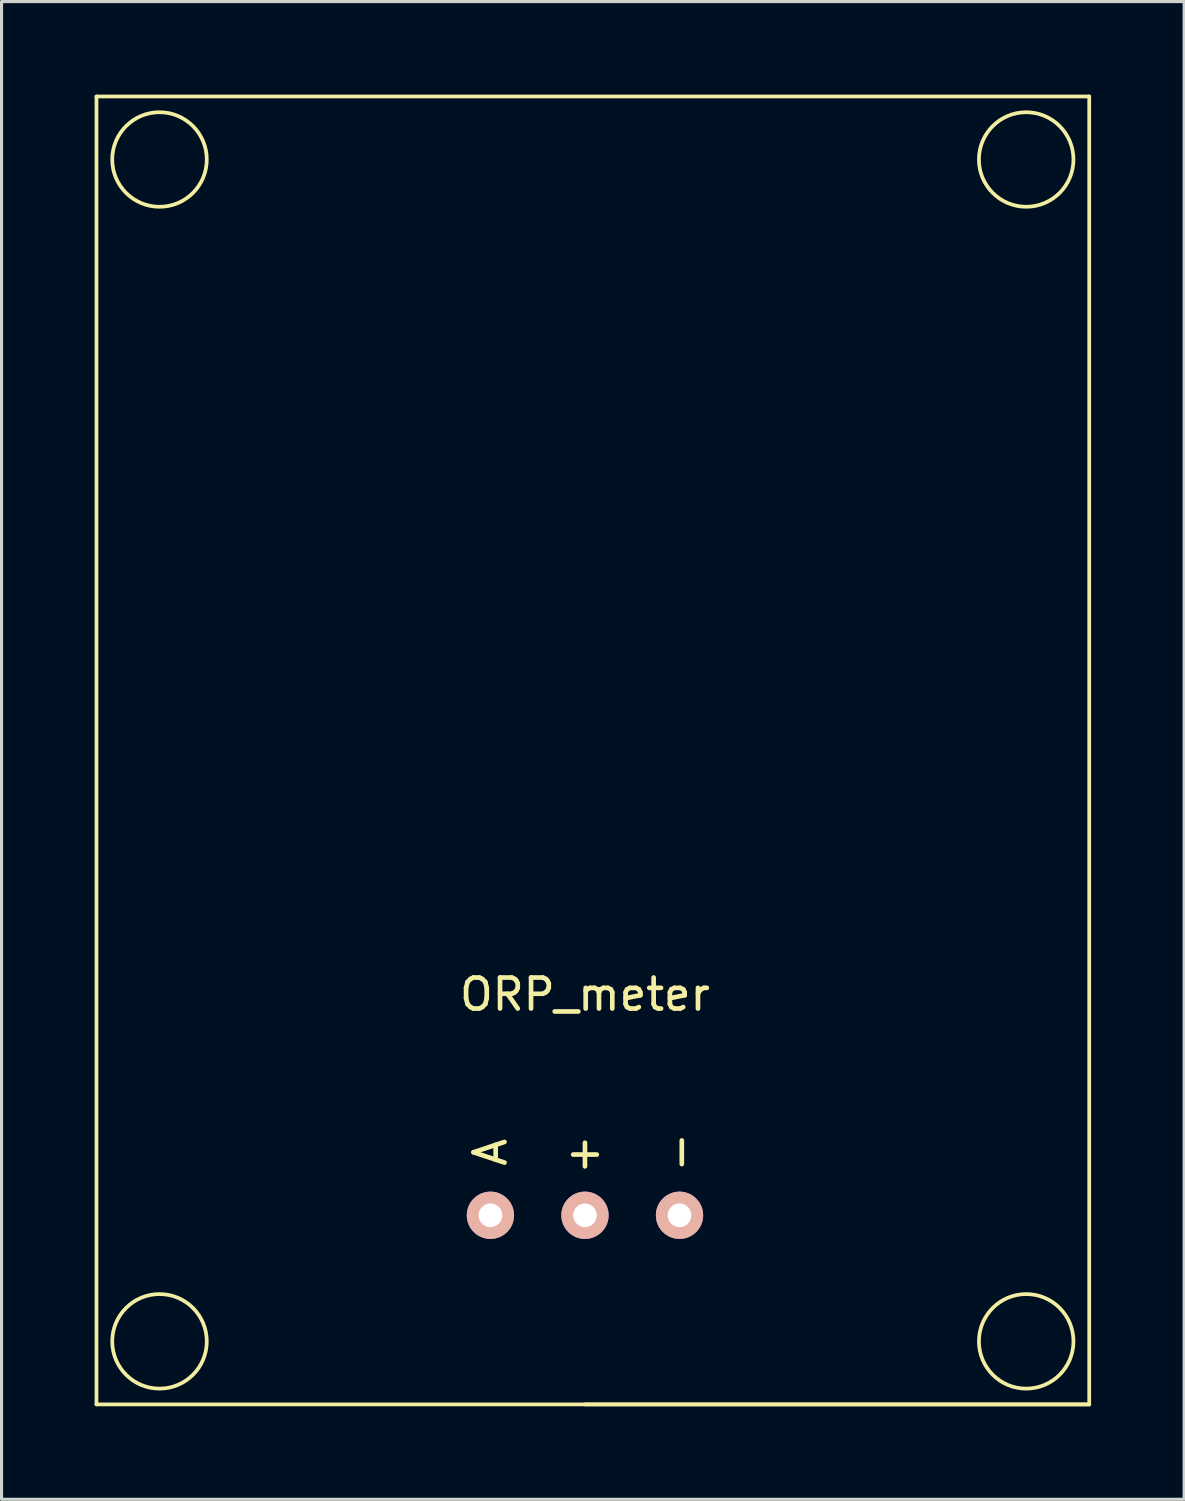
<source format=kicad_pcb>
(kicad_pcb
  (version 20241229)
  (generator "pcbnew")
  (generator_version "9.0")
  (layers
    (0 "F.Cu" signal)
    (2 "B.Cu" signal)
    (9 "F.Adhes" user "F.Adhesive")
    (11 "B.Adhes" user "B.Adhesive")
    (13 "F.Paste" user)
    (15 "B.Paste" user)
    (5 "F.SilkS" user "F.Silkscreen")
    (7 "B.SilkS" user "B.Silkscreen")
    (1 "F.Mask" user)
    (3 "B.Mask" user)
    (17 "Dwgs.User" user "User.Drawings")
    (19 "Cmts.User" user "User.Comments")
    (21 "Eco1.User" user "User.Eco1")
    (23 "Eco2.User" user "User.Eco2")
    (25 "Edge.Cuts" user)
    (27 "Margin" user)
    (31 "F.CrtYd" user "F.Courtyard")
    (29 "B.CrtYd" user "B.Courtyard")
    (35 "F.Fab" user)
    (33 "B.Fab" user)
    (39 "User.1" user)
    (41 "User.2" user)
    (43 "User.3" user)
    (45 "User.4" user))
  (footprint "ORP_meter"
    (layer "F.Cu")
    (at 15.808 37.144)
    (property "Reference" "ORP_meter" (at 0 -8.136 0) (layer "F.SilkS") (effects (font (size 1 1) (thickness 0.15))))
    (attr through_hole)
    (fp_line (start -15.748 -37.084) (end 16.256 -37.084) (stroke (width 0.12) (type solid)) (layer "F.SilkS"))
    (fp_line (start -15.748 5.08) (end -15.748 -37.084) (stroke (width 0.12) (type solid)) (layer "F.SilkS"))
    (fp_line (start 0 5.08) (end 16.256 5.08) (stroke (width 0.12) (type solid)) (layer "F.SilkS"))
    (fp_line (start 16.256 -37.084) (end 16.256 5.08) (stroke (width 0.12) (type solid)) (layer "F.SilkS"))
    (fp_line (start 16.256 5.08) (end -15.748 5.08) (stroke (width 0.12) (type solid)) (layer "F.SilkS"))
    (fp_circle (center -13.716 -35.052) (end -13.716 -36.576) (stroke (width 0.12) (type solid)) (fill no) (layer "F.SilkS"))
    (fp_circle (center -13.716 3.048) (end -13.716 4.572) (stroke (width 0.12) (type solid)) (fill no) (layer "F.SilkS"))
    (fp_circle (center 14.224 -35.052) (end 14.224 -36.576) (stroke (width 0.12) (type solid)) (fill no) (layer "F.SilkS"))
    (fp_circle (center 14.224 3.048) (end 14.224 4.572) (stroke (width 0.12) (type solid)) (fill no) (layer "F.SilkS"))
    (fp_text user "A" (at -3.048 -3.048 90) (layer "F.SilkS") (effects (font (size 1 1) (thickness 0.15))))
    (fp_text user "+" (at 0 -3.048 0) (layer "F.SilkS") (effects (font (size 1 1) (thickness 0.15))))
    (fp_text user "-" (at 3.048 -3.048 90) (layer "F.SilkS") (effects (font (size 1 1) (thickness 0.15))))
    (pad "1" thru_hole circle (at -3.048 -1.016) (size 1.524 1.524) (drill 0.762) (layers "*.Cu" "*.Mask" "B.SilkS"))
    (pad "2" thru_hole circle (at 0 -1.016) (size 1.524 1.524) (drill 0.762) (layers "*.Cu" "*.Mask" "B.SilkS"))
    (pad "3" thru_hole circle (at 3.048 -1.016) (size 1.524 1.524) (drill 0.762) (layers "*.Cu" "*.Mask" "B.SilkS")))
  (gr_rect
    (start -3 -3)
    (end 35.124 45.284)
    (stroke (width 0.1) (type default))
    (fill no)
    (layer "Edge.Cuts")))
</source>
